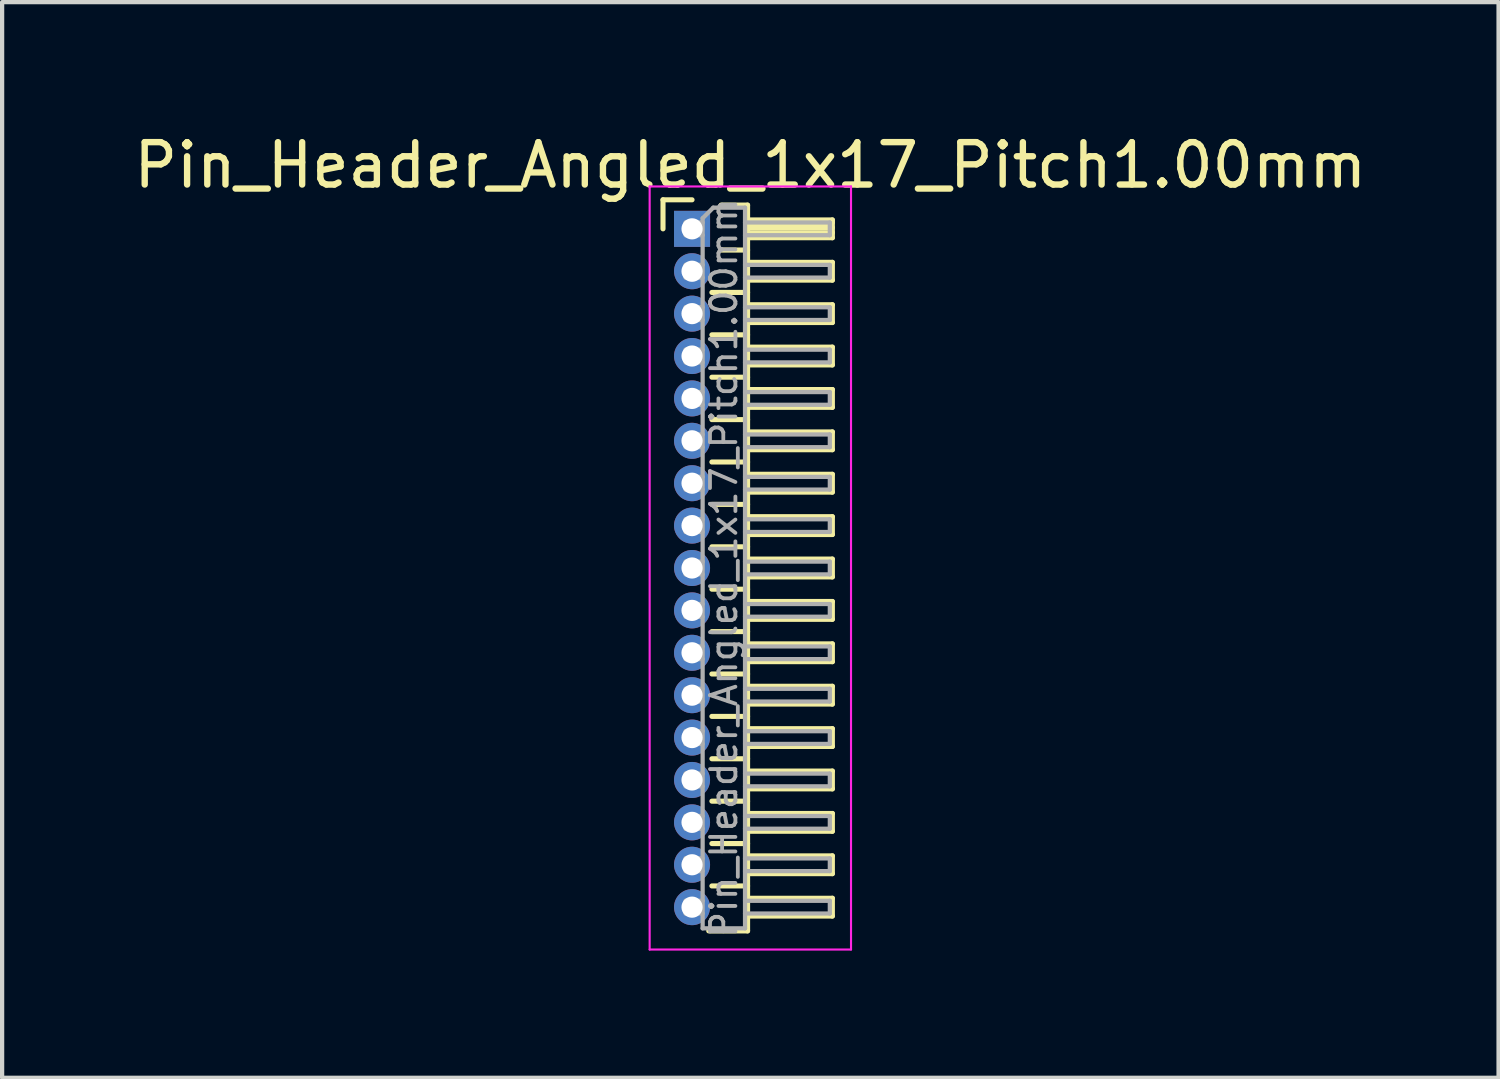
<source format=kicad_pcb>
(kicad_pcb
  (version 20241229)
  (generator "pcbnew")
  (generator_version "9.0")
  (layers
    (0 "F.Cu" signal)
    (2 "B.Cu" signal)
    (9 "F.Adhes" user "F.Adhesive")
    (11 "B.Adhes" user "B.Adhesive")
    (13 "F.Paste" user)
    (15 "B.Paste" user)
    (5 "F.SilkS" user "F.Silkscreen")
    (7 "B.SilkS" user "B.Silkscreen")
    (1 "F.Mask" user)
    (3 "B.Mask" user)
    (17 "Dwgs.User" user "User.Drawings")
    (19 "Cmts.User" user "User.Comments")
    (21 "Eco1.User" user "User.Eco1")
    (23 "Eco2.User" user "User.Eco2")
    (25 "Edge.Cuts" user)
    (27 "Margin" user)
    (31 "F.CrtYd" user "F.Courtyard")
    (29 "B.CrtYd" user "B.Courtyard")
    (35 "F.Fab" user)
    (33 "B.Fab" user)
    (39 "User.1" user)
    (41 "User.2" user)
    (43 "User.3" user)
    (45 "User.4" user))
  (footprint "Pin_Header_Angled_1x17_Pitch1.00mm"
    (layer "F.Cu")
    (at 13.274 2.348)
    (property "Reference" "Pin_Header_Angled_1x17_Pitch1.00mm" (at 1.375 -1.5 0) (layer "F.SilkS") (effects (font (size 1 1) (thickness 0.15))))
    (attr through_hole)
    (fp_line (start -0.685 -0.685) (end 0 -0.685) (stroke (width 0.12) (type solid)) (layer "F.SilkS"))
    (fp_line (start -0.685 0) (end -0.685 -0.685) (stroke (width 0.12) (type solid)) (layer "F.SilkS"))
    (fp_line (start 0.468 1.5) (end 1.31 1.5) (stroke (width 0.12) (type solid)) (layer "F.SilkS"))
    (fp_line (start 0.468 2.5) (end 1.31 2.5) (stroke (width 0.12) (type solid)) (layer "F.SilkS"))
    (fp_line (start 0.468 3.5) (end 1.31 3.5) (stroke (width 0.12) (type solid)) (layer "F.SilkS"))
    (fp_line (start 0.468 4.5) (end 1.31 4.5) (stroke (width 0.12) (type solid)) (layer "F.SilkS"))
    (fp_line (start 0.468 5.5) (end 1.31 5.5) (stroke (width 0.12) (type solid)) (layer "F.SilkS"))
    (fp_line (start 0.468 6.5) (end 1.31 6.5) (stroke (width 0.12) (type solid)) (layer "F.SilkS"))
    (fp_line (start 0.468 7.5) (end 1.31 7.5) (stroke (width 0.12) (type solid)) (layer "F.SilkS"))
    (fp_line (start 0.468 8.5) (end 1.31 8.5) (stroke (width 0.12) (type solid)) (layer "F.SilkS"))
    (fp_line (start 0.468 9.5) (end 1.31 9.5) (stroke (width 0.12) (type solid)) (layer "F.SilkS"))
    (fp_line (start 0.468 10.5) (end 1.31 10.5) (stroke (width 0.12) (type solid)) (layer "F.SilkS"))
    (fp_line (start 0.468 11.5) (end 1.31 11.5) (stroke (width 0.12) (type solid)) (layer "F.SilkS"))
    (fp_line (start 0.468 12.5) (end 1.31 12.5) (stroke (width 0.12) (type solid)) (layer "F.SilkS"))
    (fp_line (start 0.468 13.5) (end 1.31 13.5) (stroke (width 0.12) (type solid)) (layer "F.SilkS"))
    (fp_line (start 0.468 14.5) (end 1.31 14.5) (stroke (width 0.12) (type solid)) (layer "F.SilkS"))
    (fp_line (start 0.468 15.5) (end 1.31 15.5) (stroke (width 0.12) (type solid)) (layer "F.SilkS"))
    (fp_line (start 0.685 -0.56) (end 1.31 -0.56) (stroke (width 0.12) (type solid)) (layer "F.SilkS"))
    (fp_line (start 0.685 0.5) (end 1.31 0.5) (stroke (width 0.12) (type solid)) (layer "F.SilkS"))
    (fp_line (start 1.31 -0.56) (end 1.31 16.56) (stroke (width 0.12) (type solid)) (layer "F.SilkS"))
    (fp_line (start 1.31 -0.21) (end 3.31 -0.21) (stroke (width 0.12) (type solid)) (layer "F.SilkS"))
    (fp_line (start 1.31 -0.15) (end 3.31 -0.15) (stroke (width 0.12) (type solid)) (layer "F.SilkS"))
    (fp_line (start 1.31 -0.03) (end 3.31 -0.03) (stroke (width 0.12) (type solid)) (layer "F.SilkS"))
    (fp_line (start 1.31 0.09) (end 3.31 0.09) (stroke (width 0.12) (type solid)) (layer "F.SilkS"))
    (fp_line (start 1.31 0.79) (end 3.31 0.79) (stroke (width 0.12) (type solid)) (layer "F.SilkS"))
    (fp_line (start 1.31 1.79) (end 3.31 1.79) (stroke (width 0.12) (type solid)) (layer "F.SilkS"))
    (fp_line (start 1.31 2.79) (end 3.31 2.79) (stroke (width 0.12) (type solid)) (layer "F.SilkS"))
    (fp_line (start 1.31 3.79) (end 3.31 3.79) (stroke (width 0.12) (type solid)) (layer "F.SilkS"))
    (fp_line (start 1.31 4.79) (end 3.31 4.79) (stroke (width 0.12) (type solid)) (layer "F.SilkS"))
    (fp_line (start 1.31 5.79) (end 3.31 5.79) (stroke (width 0.12) (type solid)) (layer "F.SilkS"))
    (fp_line (start 1.31 6.79) (end 3.31 6.79) (stroke (width 0.12) (type solid)) (layer "F.SilkS"))
    (fp_line (start 1.31 7.79) (end 3.31 7.79) (stroke (width 0.12) (type solid)) (layer "F.SilkS"))
    (fp_line (start 1.31 8.79) (end 3.31 8.79) (stroke (width 0.12) (type solid)) (layer "F.SilkS"))
    (fp_line (start 1.31 9.79) (end 3.31 9.79) (stroke (width 0.12) (type solid)) (layer "F.SilkS"))
    (fp_line (start 1.31 10.79) (end 3.31 10.79) (stroke (width 0.12) (type solid)) (layer "F.SilkS"))
    (fp_line (start 1.31 11.79) (end 3.31 11.79) (stroke (width 0.12) (type solid)) (layer "F.SilkS"))
    (fp_line (start 1.31 12.79) (end 3.31 12.79) (stroke (width 0.12) (type solid)) (layer "F.SilkS"))
    (fp_line (start 1.31 13.79) (end 3.31 13.79) (stroke (width 0.12) (type solid)) (layer "F.SilkS"))
    (fp_line (start 1.31 14.79) (end 3.31 14.79) (stroke (width 0.12) (type solid)) (layer "F.SilkS"))
    (fp_line (start 1.31 15.79) (end 3.31 15.79) (stroke (width 0.12) (type solid)) (layer "F.SilkS"))
    (fp_line (start 1.31 16.56) (end 0.394 16.56) (stroke (width 0.12) (type solid)) (layer "F.SilkS"))
    (fp_line (start 3.31 -0.21) (end 3.31 0.21) (stroke (width 0.12) (type solid)) (layer "F.SilkS"))
    (fp_line (start 3.31 0.21) (end 1.31 0.21) (stroke (width 0.12) (type solid)) (layer "F.SilkS"))
    (fp_line (start 3.31 0.79) (end 3.31 1.21) (stroke (width 0.12) (type solid)) (layer "F.SilkS"))
    (fp_line (start 3.31 1.21) (end 1.31 1.21) (stroke (width 0.12) (type solid)) (layer "F.SilkS"))
    (fp_line (start 3.31 1.79) (end 3.31 2.21) (stroke (width 0.12) (type solid)) (layer "F.SilkS"))
    (fp_line (start 3.31 2.21) (end 1.31 2.21) (stroke (width 0.12) (type solid)) (layer "F.SilkS"))
    (fp_line (start 3.31 2.79) (end 3.31 3.21) (stroke (width 0.12) (type solid)) (layer "F.SilkS"))
    (fp_line (start 3.31 3.21) (end 1.31 3.21) (stroke (width 0.12) (type solid)) (layer "F.SilkS"))
    (fp_line (start 3.31 3.79) (end 3.31 4.21) (stroke (width 0.12) (type solid)) (layer "F.SilkS"))
    (fp_line (start 3.31 4.21) (end 1.31 4.21) (stroke (width 0.12) (type solid)) (layer "F.SilkS"))
    (fp_line (start 3.31 4.79) (end 3.31 5.21) (stroke (width 0.12) (type solid)) (layer "F.SilkS"))
    (fp_line (start 3.31 5.21) (end 1.31 5.21) (stroke (width 0.12) (type solid)) (layer "F.SilkS"))
    (fp_line (start 3.31 5.79) (end 3.31 6.21) (stroke (width 0.12) (type solid)) (layer "F.SilkS"))
    (fp_line (start 3.31 6.21) (end 1.31 6.21) (stroke (width 0.12) (type solid)) (layer "F.SilkS"))
    (fp_line (start 3.31 6.79) (end 3.31 7.21) (stroke (width 0.12) (type solid)) (layer "F.SilkS"))
    (fp_line (start 3.31 7.21) (end 1.31 7.21) (stroke (width 0.12) (type solid)) (layer "F.SilkS"))
    (fp_line (start 3.31 7.79) (end 3.31 8.21) (stroke (width 0.12) (type solid)) (layer "F.SilkS"))
    (fp_line (start 3.31 8.21) (end 1.31 8.21) (stroke (width 0.12) (type solid)) (layer "F.SilkS"))
    (fp_line (start 3.31 8.79) (end 3.31 9.21) (stroke (width 0.12) (type solid)) (layer "F.SilkS"))
    (fp_line (start 3.31 9.21) (end 1.31 9.21) (stroke (width 0.12) (type solid)) (layer "F.SilkS"))
    (fp_line (start 3.31 9.79) (end 3.31 10.21) (stroke (width 0.12) (type solid)) (layer "F.SilkS"))
    (fp_line (start 3.31 10.21) (end 1.31 10.21) (stroke (width 0.12) (type solid)) (layer "F.SilkS"))
    (fp_line (start 3.31 10.79) (end 3.31 11.21) (stroke (width 0.12) (type solid)) (layer "F.SilkS"))
    (fp_line (start 3.31 11.21) (end 1.31 11.21) (stroke (width 0.12) (type solid)) (layer "F.SilkS"))
    (fp_line (start 3.31 11.79) (end 3.31 12.21) (stroke (width 0.12) (type solid)) (layer "F.SilkS"))
    (fp_line (start 3.31 12.21) (end 1.31 12.21) (stroke (width 0.12) (type solid)) (layer "F.SilkS"))
    (fp_line (start 3.31 12.79) (end 3.31 13.21) (stroke (width 0.12) (type solid)) (layer "F.SilkS"))
    (fp_line (start 3.31 13.21) (end 1.31 13.21) (stroke (width 0.12) (type solid)) (layer "F.SilkS"))
    (fp_line (start 3.31 13.79) (end 3.31 14.21) (stroke (width 0.12) (type solid)) (layer "F.SilkS"))
    (fp_line (start 3.31 14.21) (end 1.31 14.21) (stroke (width 0.12) (type solid)) (layer "F.SilkS"))
    (fp_line (start 3.31 14.79) (end 3.31 15.21) (stroke (width 0.12) (type solid)) (layer "F.SilkS"))
    (fp_line (start 3.31 15.21) (end 1.31 15.21) (stroke (width 0.12) (type solid)) (layer "F.SilkS"))
    (fp_line (start 3.31 15.79) (end 3.31 16.21) (stroke (width 0.12) (type solid)) (layer "F.SilkS"))
    (fp_line (start 3.31 16.21) (end 1.31 16.21) (stroke (width 0.12) (type solid)) (layer "F.SilkS"))
    (fp_line (start -1 -1) (end -1 17) (stroke (width 0.05) (type solid)) (layer "F.CrtYd"))
    (fp_line (start -1 17) (end 3.75 17) (stroke (width 0.05) (type solid)) (layer "F.CrtYd"))
    (fp_line (start 3.75 -1) (end -1 -1) (stroke (width 0.05) (type solid)) (layer "F.CrtYd"))
    (fp_line (start 3.75 17) (end 3.75 -1) (stroke (width 0.05) (type solid)) (layer "F.CrtYd"))
    (fp_line (start -0.15 -0.15) (end -0.15 0.15) (stroke (width 0.1) (type solid)) (layer "F.Fab"))
    (fp_line (start -0.15 -0.15) (end 0.25 -0.15) (stroke (width 0.1) (type solid)) (layer "F.Fab"))
    (fp_line (start -0.15 0.15) (end 0.25 0.15) (stroke (width 0.1) (type solid)) (layer "F.Fab"))
    (fp_line (start -0.15 0.85) (end -0.15 1.15) (stroke (width 0.1) (type solid)) (layer "F.Fab"))
    (fp_line (start -0.15 0.85) (end 0.25 0.85) (stroke (width 0.1) (type solid)) (layer "F.Fab"))
    (fp_line (start -0.15 1.15) (end 0.25 1.15) (stroke (width 0.1) (type solid)) (layer "F.Fab"))
    (fp_line (start -0.15 1.85) (end -0.15 2.15) (stroke (width 0.1) (type solid)) (layer "F.Fab"))
    (fp_line (start -0.15 1.85) (end 0.25 1.85) (stroke (width 0.1) (type solid)) (layer "F.Fab"))
    (fp_line (start -0.15 2.15) (end 0.25 2.15) (stroke (width 0.1) (type solid)) (layer "F.Fab"))
    (fp_line (start -0.15 2.85) (end -0.15 3.15) (stroke (width 0.1) (type solid)) (layer "F.Fab"))
    (fp_line (start -0.15 2.85) (end 0.25 2.85) (stroke (width 0.1) (type solid)) (layer "F.Fab"))
    (fp_line (start -0.15 3.15) (end 0.25 3.15) (stroke (width 0.1) (type solid)) (layer "F.Fab"))
    (fp_line (start -0.15 3.85) (end -0.15 4.15) (stroke (width 0.1) (type solid)) (layer "F.Fab"))
    (fp_line (start -0.15 3.85) (end 0.25 3.85) (stroke (width 0.1) (type solid)) (layer "F.Fab"))
    (fp_line (start -0.15 4.15) (end 0.25 4.15) (stroke (width 0.1) (type solid)) (layer "F.Fab"))
    (fp_line (start -0.15 4.85) (end -0.15 5.15) (stroke (width 0.1) (type solid)) (layer "F.Fab"))
    (fp_line (start -0.15 4.85) (end 0.25 4.85) (stroke (width 0.1) (type solid)) (layer "F.Fab"))
    (fp_line (start -0.15 5.15) (end 0.25 5.15) (stroke (width 0.1) (type solid)) (layer "F.Fab"))
    (fp_line (start -0.15 5.85) (end -0.15 6.15) (stroke (width 0.1) (type solid)) (layer "F.Fab"))
    (fp_line (start -0.15 5.85) (end 0.25 5.85) (stroke (width 0.1) (type solid)) (layer "F.Fab"))
    (fp_line (start -0.15 6.15) (end 0.25 6.15) (stroke (width 0.1) (type solid)) (layer "F.Fab"))
    (fp_line (start -0.15 6.85) (end -0.15 7.15) (stroke (width 0.1) (type solid)) (layer "F.Fab"))
    (fp_line (start -0.15 6.85) (end 0.25 6.85) (stroke (width 0.1) (type solid)) (layer "F.Fab"))
    (fp_line (start -0.15 7.15) (end 0.25 7.15) (stroke (width 0.1) (type solid)) (layer "F.Fab"))
    (fp_line (start -0.15 7.85) (end -0.15 8.15) (stroke (width 0.1) (type solid)) (layer "F.Fab"))
    (fp_line (start -0.15 7.85) (end 0.25 7.85) (stroke (width 0.1) (type solid)) (layer "F.Fab"))
    (fp_line (start -0.15 8.15) (end 0.25 8.15) (stroke (width 0.1) (type solid)) (layer "F.Fab"))
    (fp_line (start -0.15 8.85) (end -0.15 9.15) (stroke (width 0.1) (type solid)) (layer "F.Fab"))
    (fp_line (start -0.15 8.85) (end 0.25 8.85) (stroke (width 0.1) (type solid)) (layer "F.Fab"))
    (fp_line (start -0.15 9.15) (end 0.25 9.15) (stroke (width 0.1) (type solid)) (layer "F.Fab"))
    (fp_line (start -0.15 9.85) (end -0.15 10.15) (stroke (width 0.1) (type solid)) (layer "F.Fab"))
    (fp_line (start -0.15 9.85) (end 0.25 9.85) (stroke (width 0.1) (type solid)) (layer "F.Fab"))
    (fp_line (start -0.15 10.15) (end 0.25 10.15) (stroke (width 0.1) (type solid)) (layer "F.Fab"))
    (fp_line (start -0.15 10.85) (end -0.15 11.15) (stroke (width 0.1) (type solid)) (layer "F.Fab"))
    (fp_line (start -0.15 10.85) (end 0.25 10.85) (stroke (width 0.1) (type solid)) (layer "F.Fab"))
    (fp_line (start -0.15 11.15) (end 0.25 11.15) (stroke (width 0.1) (type solid)) (layer "F.Fab"))
    (fp_line (start -0.15 11.85) (end -0.15 12.15) (stroke (width 0.1) (type solid)) (layer "F.Fab"))
    (fp_line (start -0.15 11.85) (end 0.25 11.85) (stroke (width 0.1) (type solid)) (layer "F.Fab"))
    (fp_line (start -0.15 12.15) (end 0.25 12.15) (stroke (width 0.1) (type solid)) (layer "F.Fab"))
    (fp_line (start -0.15 12.85) (end -0.15 13.15) (stroke (width 0.1) (type solid)) (layer "F.Fab"))
    (fp_line (start -0.15 12.85) (end 0.25 12.85) (stroke (width 0.1) (type solid)) (layer "F.Fab"))
    (fp_line (start -0.15 13.15) (end 0.25 13.15) (stroke (width 0.1) (type solid)) (layer "F.Fab"))
    (fp_line (start -0.15 13.85) (end -0.15 14.15) (stroke (width 0.1) (type solid)) (layer "F.Fab"))
    (fp_line (start -0.15 13.85) (end 0.25 13.85) (stroke (width 0.1) (type solid)) (layer "F.Fab"))
    (fp_line (start -0.15 14.15) (end 0.25 14.15) (stroke (width 0.1) (type solid)) (layer "F.Fab"))
    (fp_line (start -0.15 14.85) (end -0.15 15.15) (stroke (width 0.1) (type solid)) (layer "F.Fab"))
    (fp_line (start -0.15 14.85) (end 0.25 14.85) (stroke (width 0.1) (type solid)) (layer "F.Fab"))
    (fp_line (start -0.15 15.15) (end 0.25 15.15) (stroke (width 0.1) (type solid)) (layer "F.Fab"))
    (fp_line (start -0.15 15.85) (end -0.15 16.15) (stroke (width 0.1) (type solid)) (layer "F.Fab"))
    (fp_line (start -0.15 15.85) (end 0.25 15.85) (stroke (width 0.1) (type solid)) (layer "F.Fab"))
    (fp_line (start -0.15 16.15) (end 0.25 16.15) (stroke (width 0.1) (type solid)) (layer "F.Fab"))
    (fp_line (start 0.25 -0.25) (end 0.5 -0.5) (stroke (width 0.1) (type solid)) (layer "F.Fab"))
    (fp_line (start 0.25 16.5) (end 0.25 -0.25) (stroke (width 0.1) (type solid)) (layer "F.Fab"))
    (fp_line (start 0.5 -0.5) (end 1.25 -0.5) (stroke (width 0.1) (type solid)) (layer "F.Fab"))
    (fp_line (start 1.25 -0.5) (end 1.25 16.5) (stroke (width 0.1) (type solid)) (layer "F.Fab"))
    (fp_line (start 1.25 -0.15) (end 3.25 -0.15) (stroke (width 0.1) (type solid)) (layer "F.Fab"))
    (fp_line (start 1.25 0.15) (end 3.25 0.15) (stroke (width 0.1) (type solid)) (layer "F.Fab"))
    (fp_line (start 1.25 0.85) (end 3.25 0.85) (stroke (width 0.1) (type solid)) (layer "F.Fab"))
    (fp_line (start 1.25 1.15) (end 3.25 1.15) (stroke (width 0.1) (type solid)) (layer "F.Fab"))
    (fp_line (start 1.25 1.85) (end 3.25 1.85) (stroke (width 0.1) (type solid)) (layer "F.Fab"))
    (fp_line (start 1.25 2.15) (end 3.25 2.15) (stroke (width 0.1) (type solid)) (layer "F.Fab"))
    (fp_line (start 1.25 2.85) (end 3.25 2.85) (stroke (width 0.1) (type solid)) (layer "F.Fab"))
    (fp_line (start 1.25 3.15) (end 3.25 3.15) (stroke (width 0.1) (type solid)) (layer "F.Fab"))
    (fp_line (start 1.25 3.85) (end 3.25 3.85) (stroke (width 0.1) (type solid)) (layer "F.Fab"))
    (fp_line (start 1.25 4.15) (end 3.25 4.15) (stroke (width 0.1) (type solid)) (layer "F.Fab"))
    (fp_line (start 1.25 4.85) (end 3.25 4.85) (stroke (width 0.1) (type solid)) (layer "F.Fab"))
    (fp_line (start 1.25 5.15) (end 3.25 5.15) (stroke (width 0.1) (type solid)) (layer "F.Fab"))
    (fp_line (start 1.25 5.85) (end 3.25 5.85) (stroke (width 0.1) (type solid)) (layer "F.Fab"))
    (fp_line (start 1.25 6.15) (end 3.25 6.15) (stroke (width 0.1) (type solid)) (layer "F.Fab"))
    (fp_line (start 1.25 6.85) (end 3.25 6.85) (stroke (width 0.1) (type solid)) (layer "F.Fab"))
    (fp_line (start 1.25 7.15) (end 3.25 7.15) (stroke (width 0.1) (type solid)) (layer "F.Fab"))
    (fp_line (start 1.25 7.85) (end 3.25 7.85) (stroke (width 0.1) (type solid)) (layer "F.Fab"))
    (fp_line (start 1.25 8.15) (end 3.25 8.15) (stroke (width 0.1) (type solid)) (layer "F.Fab"))
    (fp_line (start 1.25 8.85) (end 3.25 8.85) (stroke (width 0.1) (type solid)) (layer "F.Fab"))
    (fp_line (start 1.25 9.15) (end 3.25 9.15) (stroke (width 0.1) (type solid)) (layer "F.Fab"))
    (fp_line (start 1.25 9.85) (end 3.25 9.85) (stroke (width 0.1) (type solid)) (layer "F.Fab"))
    (fp_line (start 1.25 10.15) (end 3.25 10.15) (stroke (width 0.1) (type solid)) (layer "F.Fab"))
    (fp_line (start 1.25 10.85) (end 3.25 10.85) (stroke (width 0.1) (type solid)) (layer "F.Fab"))
    (fp_line (start 1.25 11.15) (end 3.25 11.15) (stroke (width 0.1) (type solid)) (layer "F.Fab"))
    (fp_line (start 1.25 11.85) (end 3.25 11.85) (stroke (width 0.1) (type solid)) (layer "F.Fab"))
    (fp_line (start 1.25 12.15) (end 3.25 12.15) (stroke (width 0.1) (type solid)) (layer "F.Fab"))
    (fp_line (start 1.25 12.85) (end 3.25 12.85) (stroke (width 0.1) (type solid)) (layer "F.Fab"))
    (fp_line (start 1.25 13.15) (end 3.25 13.15) (stroke (width 0.1) (type solid)) (layer "F.Fab"))
    (fp_line (start 1.25 13.85) (end 3.25 13.85) (stroke (width 0.1) (type solid)) (layer "F.Fab"))
    (fp_line (start 1.25 14.15) (end 3.25 14.15) (stroke (width 0.1) (type solid)) (layer "F.Fab"))
    (fp_line (start 1.25 14.85) (end 3.25 14.85) (stroke (width 0.1) (type solid)) (layer "F.Fab"))
    (fp_line (start 1.25 15.15) (end 3.25 15.15) (stroke (width 0.1) (type solid)) (layer "F.Fab"))
    (fp_line (start 1.25 15.85) (end 3.25 15.85) (stroke (width 0.1) (type solid)) (layer "F.Fab"))
    (fp_line (start 1.25 16.15) (end 3.25 16.15) (stroke (width 0.1) (type solid)) (layer "F.Fab"))
    (fp_line (start 1.25 16.5) (end 0.25 16.5) (stroke (width 0.1) (type solid)) (layer "F.Fab"))
    (fp_line (start 3.25 -0.15) (end 3.25 0.15) (stroke (width 0.1) (type solid)) (layer "F.Fab"))
    (fp_line (start 3.25 0.85) (end 3.25 1.15) (stroke (width 0.1) (type solid)) (layer "F.Fab"))
    (fp_line (start 3.25 1.85) (end 3.25 2.15) (stroke (width 0.1) (type solid)) (layer "F.Fab"))
    (fp_line (start 3.25 2.85) (end 3.25 3.15) (stroke (width 0.1) (type solid)) (layer "F.Fab"))
    (fp_line (start 3.25 3.85) (end 3.25 4.15) (stroke (width 0.1) (type solid)) (layer "F.Fab"))
    (fp_line (start 3.25 4.85) (end 3.25 5.15) (stroke (width 0.1) (type solid)) (layer "F.Fab"))
    (fp_line (start 3.25 5.85) (end 3.25 6.15) (stroke (width 0.1) (type solid)) (layer "F.Fab"))
    (fp_line (start 3.25 6.85) (end 3.25 7.15) (stroke (width 0.1) (type solid)) (layer "F.Fab"))
    (fp_line (start 3.25 7.85) (end 3.25 8.15) (stroke (width 0.1) (type solid)) (layer "F.Fab"))
    (fp_line (start 3.25 8.85) (end 3.25 9.15) (stroke (width 0.1) (type solid)) (layer "F.Fab"))
    (fp_line (start 3.25 9.85) (end 3.25 10.15) (stroke (width 0.1) (type solid)) (layer "F.Fab"))
    (fp_line (start 3.25 10.85) (end 3.25 11.15) (stroke (width 0.1) (type solid)) (layer "F.Fab"))
    (fp_line (start 3.25 11.85) (end 3.25 12.15) (stroke (width 0.1) (type solid)) (layer "F.Fab"))
    (fp_line (start 3.25 12.85) (end 3.25 13.15) (stroke (width 0.1) (type solid)) (layer "F.Fab"))
    (fp_line (start 3.25 13.85) (end 3.25 14.15) (stroke (width 0.1) (type solid)) (layer "F.Fab"))
    (fp_line (start 3.25 14.85) (end 3.25 15.15) (stroke (width 0.1) (type solid)) (layer "F.Fab"))
    (fp_line (start 3.25 15.85) (end 3.25 16.15) (stroke (width 0.1) (type solid)) (layer "F.Fab"))
    (fp_text user "${REFERENCE}" (at 0.75 8 90) (layer "F.Fab") (effects (font (size 0.6 0.6) (thickness 0.09))))
    (pad "1" thru_hole rect (at 0 0) (size 0.85 0.85) (drill 0.5) (layers "*.Cu" "*.Mask"))
    (pad "2" thru_hole oval (at 0 1) (size 0.85 0.85) (drill 0.5) (layers "*.Cu" "*.Mask"))
    (pad "3" thru_hole oval (at 0 2) (size 0.85 0.85) (drill 0.5) (layers "*.Cu" "*.Mask"))
    (pad "4" thru_hole oval (at 0 3) (size 0.85 0.85) (drill 0.5) (layers "*.Cu" "*.Mask"))
    (pad "5" thru_hole oval (at 0 4) (size 0.85 0.85) (drill 0.5) (layers "*.Cu" "*.Mask"))
    (pad "6" thru_hole oval (at 0 5) (size 0.85 0.85) (drill 0.5) (layers "*.Cu" "*.Mask"))
    (pad "7" thru_hole oval (at 0 6) (size 0.85 0.85) (drill 0.5) (layers "*.Cu" "*.Mask"))
    (pad "8" thru_hole oval (at 0 7) (size 0.85 0.85) (drill 0.5) (layers "*.Cu" "*.Mask"))
    (pad "9" thru_hole oval (at 0 8) (size 0.85 0.85) (drill 0.5) (layers "*.Cu" "*.Mask"))
    (pad "10" thru_hole oval (at 0 9) (size 0.85 0.85) (drill 0.5) (layers "*.Cu" "*.Mask"))
    (pad "11" thru_hole oval (at 0 10) (size 0.85 0.85) (drill 0.5) (layers "*.Cu" "*.Mask"))
    (pad "12" thru_hole oval (at 0 11) (size 0.85 0.85) (drill 0.5) (layers "*.Cu" "*.Mask"))
    (pad "13" thru_hole oval (at 0 12) (size 0.85 0.85) (drill 0.5) (layers "*.Cu" "*.Mask"))
    (pad "14" thru_hole oval (at 0 13) (size 0.85 0.85) (drill 0.5) (layers "*.Cu" "*.Mask"))
    (pad "15" thru_hole oval (at 0 14) (size 0.85 0.85) (drill 0.5) (layers "*.Cu" "*.Mask"))
    (pad "16" thru_hole oval (at 0 15) (size 0.85 0.85) (drill 0.5) (layers "*.Cu" "*.Mask"))
    (pad "17" thru_hole oval (at 0 16) (size 0.85 0.85) (drill 0.5) (layers "*.Cu" "*.Mask")))
  (gr_rect
    (start -3 -3)
    (end 32.298 22.373)
    (stroke (width 0.1) (type default))
    (fill no)
    (layer "Edge.Cuts")))
</source>
